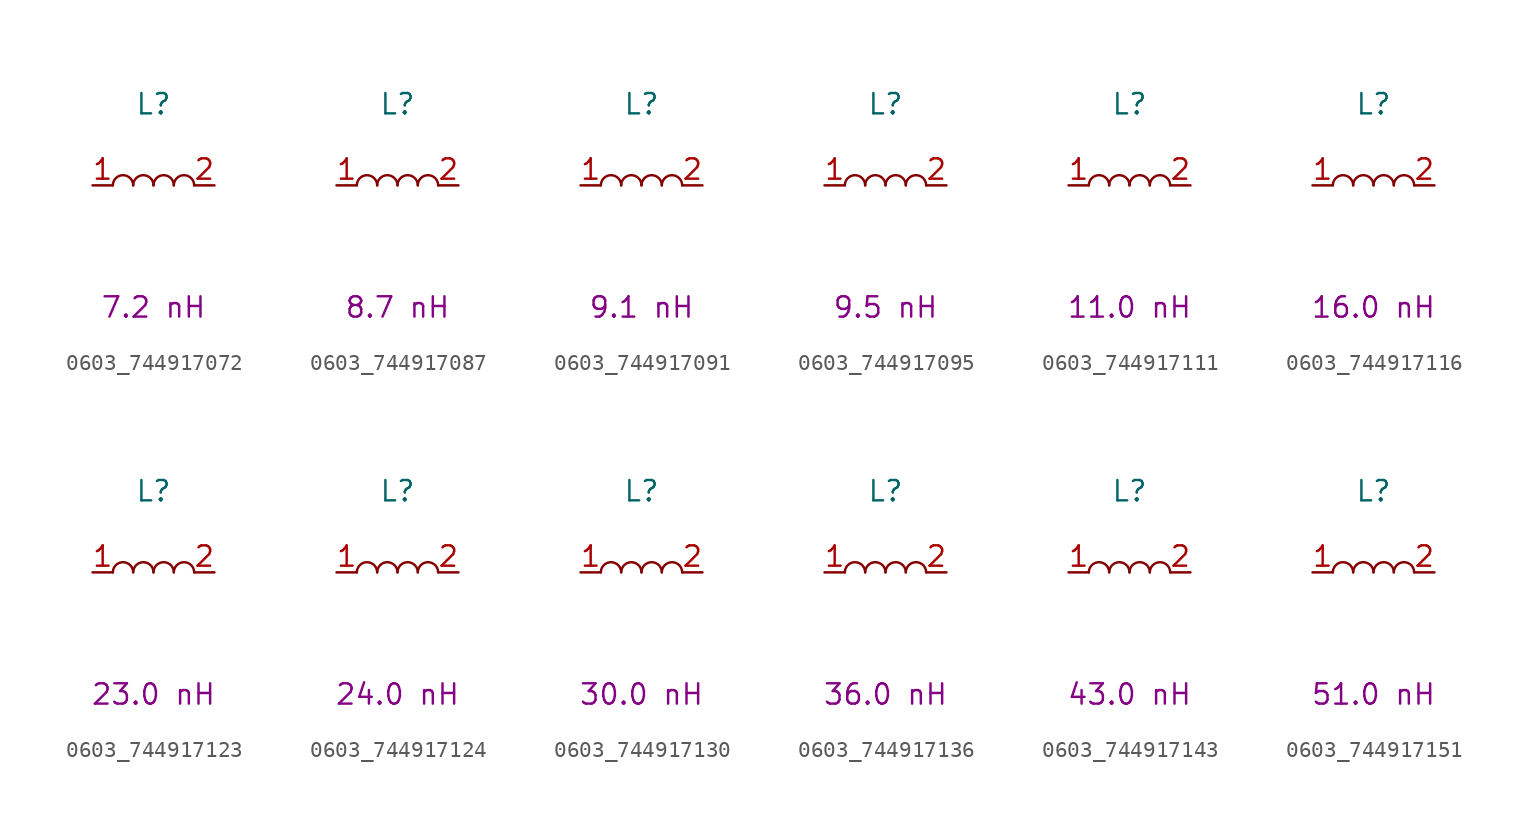
<source format=kicad_sym>
(kicad_symbol_lib
  (version 20220914)
  (generator kicad_symbol_editor)
  (symbol "0603_744917072"
    (pin_names hide)
    (property "Reference" "L"
      (at 0 5.08 0)
      (effects (font (size 1.27 1.27))))
    (property "Critical Parameter" "7.2 nH"
      (at 0 -7.62 0)
      (effects (font (size 1.27 1.27))))
    (symbol "0603_744917072_0_1"
      (arc (start -1.27 0) (mid -1.905 0.6323) (end -2.54 0) (stroke (width 0) (type default)) (fill (type none)))
      (arc (start 0 0) (mid -0.635 0.6323) (end -1.27 0) (stroke (width 0) (type default)) (fill (type none)))
      (arc (start 1.27 0) (mid 0.635 0.6323) (end 0 0) (stroke (width 0) (type default)) (fill (type none)))
      (arc (start 2.54 0) (mid 1.905 0.6323) (end 1.27 0) (stroke (width 0) (type default)) (fill (type none))))
    (symbol "0603_744917072_1_1"
      (pin passive line (at -3.81 0 0) (length 1.27) (name "1" (effects (font (size 1.27 1.27)))) (number "1" (effects (font (size 1.27 1.27)))))
      (pin passive line (at 3.81 0 180) (length 1.27) (name "2" (effects (font (size 1.27 1.27)))) (number "2" (effects (font (size 1.27 1.27)))))))
  (symbol "0603_744917087"
    (pin_names hide)
    (property "Reference" "L"
      (at 0 5.08 0)
      (effects (font (size 1.27 1.27))))
    (property "Critical Parameter" "8.7 nH"
      (at 0 -7.62 0)
      (effects (font (size 1.27 1.27))))
    (symbol "0603_744917087_0_1"
      (arc (start -1.27 0) (mid -1.905 0.6323) (end -2.54 0) (stroke (width 0) (type default)) (fill (type none)))
      (arc (start 0 0) (mid -0.635 0.6323) (end -1.27 0) (stroke (width 0) (type default)) (fill (type none)))
      (arc (start 1.27 0) (mid 0.635 0.6323) (end 0 0) (stroke (width 0) (type default)) (fill (type none)))
      (arc (start 2.54 0) (mid 1.905 0.6323) (end 1.27 0) (stroke (width 0) (type default)) (fill (type none))))
    (symbol "0603_744917087_1_1"
      (pin passive line (at -3.81 0 0) (length 1.27) (name "1" (effects (font (size 1.27 1.27)))) (number "1" (effects (font (size 1.27 1.27)))))
      (pin passive line (at 3.81 0 180) (length 1.27) (name "2" (effects (font (size 1.27 1.27)))) (number "2" (effects (font (size 1.27 1.27)))))))
  (symbol "0603_744917091"
    (pin_names hide)
    (property "Reference" "L"
      (at 0 5.08 0)
      (effects (font (size 1.27 1.27))))
    (property "Critical Parameter" "9.1 nH"
      (at 0 -7.62 0)
      (effects (font (size 1.27 1.27))))
    (symbol "0603_744917091_0_1"
      (arc (start -1.27 0) (mid -1.905 0.6323) (end -2.54 0) (stroke (width 0) (type default)) (fill (type none)))
      (arc (start 0 0) (mid -0.635 0.6323) (end -1.27 0) (stroke (width 0) (type default)) (fill (type none)))
      (arc (start 1.27 0) (mid 0.635 0.6323) (end 0 0) (stroke (width 0) (type default)) (fill (type none)))
      (arc (start 2.54 0) (mid 1.905 0.6323) (end 1.27 0) (stroke (width 0) (type default)) (fill (type none))))
    (symbol "0603_744917091_1_1"
      (pin passive line (at -3.81 0 0) (length 1.27) (name "1" (effects (font (size 1.27 1.27)))) (number "1" (effects (font (size 1.27 1.27)))))
      (pin passive line (at 3.81 0 180) (length 1.27) (name "2" (effects (font (size 1.27 1.27)))) (number "2" (effects (font (size 1.27 1.27)))))))
  (symbol "0603_744917095"
    (pin_names hide)
    (property "Reference" "L"
      (at 0 5.08 0)
      (effects (font (size 1.27 1.27))))
    (property "Critical Parameter" "9.5 nH"
      (at 0 -7.62 0)
      (effects (font (size 1.27 1.27))))
    (symbol "0603_744917095_0_1"
      (arc (start -1.27 0) (mid -1.905 0.6323) (end -2.54 0) (stroke (width 0) (type default)) (fill (type none)))
      (arc (start 0 0) (mid -0.635 0.6323) (end -1.27 0) (stroke (width 0) (type default)) (fill (type none)))
      (arc (start 1.27 0) (mid 0.635 0.6323) (end 0 0) (stroke (width 0) (type default)) (fill (type none)))
      (arc (start 2.54 0) (mid 1.905 0.6323) (end 1.27 0) (stroke (width 0) (type default)) (fill (type none))))
    (symbol "0603_744917095_1_1"
      (pin passive line (at -3.81 0 0) (length 1.27) (name "1" (effects (font (size 1.27 1.27)))) (number "1" (effects (font (size 1.27 1.27)))))
      (pin passive line (at 3.81 0 180) (length 1.27) (name "2" (effects (font (size 1.27 1.27)))) (number "2" (effects (font (size 1.27 1.27)))))))
  (symbol "0603_744917111"
    (pin_names hide)
    (property "Reference" "L"
      (at 0 5.08 0)
      (effects (font (size 1.27 1.27))))
    (property "Critical Parameter" "11.0 nH"
      (at 0 -7.62 0)
      (effects (font (size 1.27 1.27))))
    (symbol "0603_744917111_0_1"
      (arc (start -1.27 0) (mid -1.905 0.6323) (end -2.54 0) (stroke (width 0) (type default)) (fill (type none)))
      (arc (start 0 0) (mid -0.635 0.6323) (end -1.27 0) (stroke (width 0) (type default)) (fill (type none)))
      (arc (start 1.27 0) (mid 0.635 0.6323) (end 0 0) (stroke (width 0) (type default)) (fill (type none)))
      (arc (start 2.54 0) (mid 1.905 0.6323) (end 1.27 0) (stroke (width 0) (type default)) (fill (type none))))
    (symbol "0603_744917111_1_1"
      (pin passive line (at -3.81 0 0) (length 1.27) (name "1" (effects (font (size 1.27 1.27)))) (number "1" (effects (font (size 1.27 1.27)))))
      (pin passive line (at 3.81 0 180) (length 1.27) (name "2" (effects (font (size 1.27 1.27)))) (number "2" (effects (font (size 1.27 1.27)))))))
  (symbol "0603_744917116"
    (pin_names hide)
    (property "Reference" "L"
      (at 0 5.08 0)
      (effects (font (size 1.27 1.27))))
    (property "Critical Parameter" "16.0 nH"
      (at 0 -7.62 0)
      (effects (font (size 1.27 1.27))))
    (symbol "0603_744917116_0_1"
      (arc (start -1.27 0) (mid -1.905 0.6323) (end -2.54 0) (stroke (width 0) (type default)) (fill (type none)))
      (arc (start 0 0) (mid -0.635 0.6323) (end -1.27 0) (stroke (width 0) (type default)) (fill (type none)))
      (arc (start 1.27 0) (mid 0.635 0.6323) (end 0 0) (stroke (width 0) (type default)) (fill (type none)))
      (arc (start 2.54 0) (mid 1.905 0.6323) (end 1.27 0) (stroke (width 0) (type default)) (fill (type none))))
    (symbol "0603_744917116_1_1"
      (pin passive line (at -3.81 0 0) (length 1.27) (name "1" (effects (font (size 1.27 1.27)))) (number "1" (effects (font (size 1.27 1.27)))))
      (pin passive line (at 3.81 0 180) (length 1.27) (name "2" (effects (font (size 1.27 1.27)))) (number "2" (effects (font (size 1.27 1.27)))))))
  (symbol "0603_744917123"
    (pin_names hide)
    (property "Reference" "L"
      (at 0 5.08 0)
      (effects (font (size 1.27 1.27))))
    (property "Critical Parameter" "23.0 nH"
      (at 0 -7.62 0)
      (effects (font (size 1.27 1.27))))
    (symbol "0603_744917123_0_1"
      (arc (start -1.27 0) (mid -1.905 0.6323) (end -2.54 0) (stroke (width 0) (type default)) (fill (type none)))
      (arc (start 0 0) (mid -0.635 0.6323) (end -1.27 0) (stroke (width 0) (type default)) (fill (type none)))
      (arc (start 1.27 0) (mid 0.635 0.6323) (end 0 0) (stroke (width 0) (type default)) (fill (type none)))
      (arc (start 2.54 0) (mid 1.905 0.6323) (end 1.27 0) (stroke (width 0) (type default)) (fill (type none))))
    (symbol "0603_744917123_1_1"
      (pin passive line (at -3.81 0 0) (length 1.27) (name "1" (effects (font (size 1.27 1.27)))) (number "1" (effects (font (size 1.27 1.27)))))
      (pin passive line (at 3.81 0 180) (length 1.27) (name "2" (effects (font (size 1.27 1.27)))) (number "2" (effects (font (size 1.27 1.27)))))))
  (symbol "0603_744917124"
    (pin_names hide)
    (property "Reference" "L"
      (at 0 5.08 0)
      (effects (font (size 1.27 1.27))))
    (property "Critical Parameter" "24.0 nH"
      (at 0 -7.62 0)
      (effects (font (size 1.27 1.27))))
    (symbol "0603_744917124_0_1"
      (arc (start -1.27 0) (mid -1.905 0.6323) (end -2.54 0) (stroke (width 0) (type default)) (fill (type none)))
      (arc (start 0 0) (mid -0.635 0.6323) (end -1.27 0) (stroke (width 0) (type default)) (fill (type none)))
      (arc (start 1.27 0) (mid 0.635 0.6323) (end 0 0) (stroke (width 0) (type default)) (fill (type none)))
      (arc (start 2.54 0) (mid 1.905 0.6323) (end 1.27 0) (stroke (width 0) (type default)) (fill (type none))))
    (symbol "0603_744917124_1_1"
      (pin passive line (at -3.81 0 0) (length 1.27) (name "1" (effects (font (size 1.27 1.27)))) (number "1" (effects (font (size 1.27 1.27)))))
      (pin passive line (at 3.81 0 180) (length 1.27) (name "2" (effects (font (size 1.27 1.27)))) (number "2" (effects (font (size 1.27 1.27)))))))
  (symbol "0603_744917130"
    (pin_names hide)
    (property "Reference" "L"
      (at 0 5.08 0)
      (effects (font (size 1.27 1.27))))
    (property "Critical Parameter" "30.0 nH"
      (at 0 -7.62 0)
      (effects (font (size 1.27 1.27))))
    (symbol "0603_744917130_0_1"
      (arc (start -1.27 0) (mid -1.905 0.6323) (end -2.54 0) (stroke (width 0) (type default)) (fill (type none)))
      (arc (start 0 0) (mid -0.635 0.6323) (end -1.27 0) (stroke (width 0) (type default)) (fill (type none)))
      (arc (start 1.27 0) (mid 0.635 0.6323) (end 0 0) (stroke (width 0) (type default)) (fill (type none)))
      (arc (start 2.54 0) (mid 1.905 0.6323) (end 1.27 0) (stroke (width 0) (type default)) (fill (type none))))
    (symbol "0603_744917130_1_1"
      (pin passive line (at -3.81 0 0) (length 1.27) (name "1" (effects (font (size 1.27 1.27)))) (number "1" (effects (font (size 1.27 1.27)))))
      (pin passive line (at 3.81 0 180) (length 1.27) (name "2" (effects (font (size 1.27 1.27)))) (number "2" (effects (font (size 1.27 1.27)))))))
  (symbol "0603_744917136"
    (pin_names hide)
    (property "Reference" "L"
      (at 0 5.08 0)
      (effects (font (size 1.27 1.27))))
    (property "Critical Parameter" "36.0 nH"
      (at 0 -7.62 0)
      (effects (font (size 1.27 1.27))))
    (symbol "0603_744917136_0_1"
      (arc (start -1.27 0) (mid -1.905 0.6323) (end -2.54 0) (stroke (width 0) (type default)) (fill (type none)))
      (arc (start 0 0) (mid -0.635 0.6323) (end -1.27 0) (stroke (width 0) (type default)) (fill (type none)))
      (arc (start 1.27 0) (mid 0.635 0.6323) (end 0 0) (stroke (width 0) (type default)) (fill (type none)))
      (arc (start 2.54 0) (mid 1.905 0.6323) (end 1.27 0) (stroke (width 0) (type default)) (fill (type none))))
    (symbol "0603_744917136_1_1"
      (pin passive line (at -3.81 0 0) (length 1.27) (name "1" (effects (font (size 1.27 1.27)))) (number "1" (effects (font (size 1.27 1.27)))))
      (pin passive line (at 3.81 0 180) (length 1.27) (name "2" (effects (font (size 1.27 1.27)))) (number "2" (effects (font (size 1.27 1.27)))))))
  (symbol "0603_744917143"
    (pin_names hide)
    (property "Reference" "L"
      (at 0 5.08 0)
      (effects (font (size 1.27 1.27))))
    (property "Critical Parameter" "43.0 nH"
      (at 0 -7.62 0)
      (effects (font (size 1.27 1.27))))
    (symbol "0603_744917143_0_1"
      (arc (start -1.27 0) (mid -1.905 0.6323) (end -2.54 0) (stroke (width 0) (type default)) (fill (type none)))
      (arc (start 0 0) (mid -0.635 0.6323) (end -1.27 0) (stroke (width 0) (type default)) (fill (type none)))
      (arc (start 1.27 0) (mid 0.635 0.6323) (end 0 0) (stroke (width 0) (type default)) (fill (type none)))
      (arc (start 2.54 0) (mid 1.905 0.6323) (end 1.27 0) (stroke (width 0) (type default)) (fill (type none))))
    (symbol "0603_744917143_1_1"
      (pin passive line (at -3.81 0 0) (length 1.27) (name "1" (effects (font (size 1.27 1.27)))) (number "1" (effects (font (size 1.27 1.27)))))
      (pin passive line (at 3.81 0 180) (length 1.27) (name "2" (effects (font (size 1.27 1.27)))) (number "2" (effects (font (size 1.27 1.27)))))))
  (symbol "0603_744917151"
    (pin_names hide)
    (property "Reference" "L"
      (at 0 5.08 0)
      (effects (font (size 1.27 1.27))))
    (property "Critical Parameter" "51.0 nH"
      (at 0 -7.62 0)
      (effects (font (size 1.27 1.27))))
    (symbol "0603_744917151_0_1"
      (arc (start -1.27 0) (mid -1.905 0.6323) (end -2.54 0) (stroke (width 0) (type default)) (fill (type none)))
      (arc (start 0 0) (mid -0.635 0.6323) (end -1.27 0) (stroke (width 0) (type default)) (fill (type none)))
      (arc (start 1.27 0) (mid 0.635 0.6323) (end 0 0) (stroke (width 0) (type default)) (fill (type none)))
      (arc (start 2.54 0) (mid 1.905 0.6323) (end 1.27 0) (stroke (width 0) (type default)) (fill (type none))))
    (symbol "0603_744917151_1_1"
      (pin passive line (at -3.81 0 0) (length 1.27) (name "1" (effects (font (size 1.27 1.27)))) (number "1" (effects (font (size 1.27 1.27)))))
      (pin passive line (at 3.81 0 180) (length 1.27) (name "2" (effects (font (size 1.27 1.27)))) (number "2" (effects (font (size 1.27 1.27))))))))
</source>
